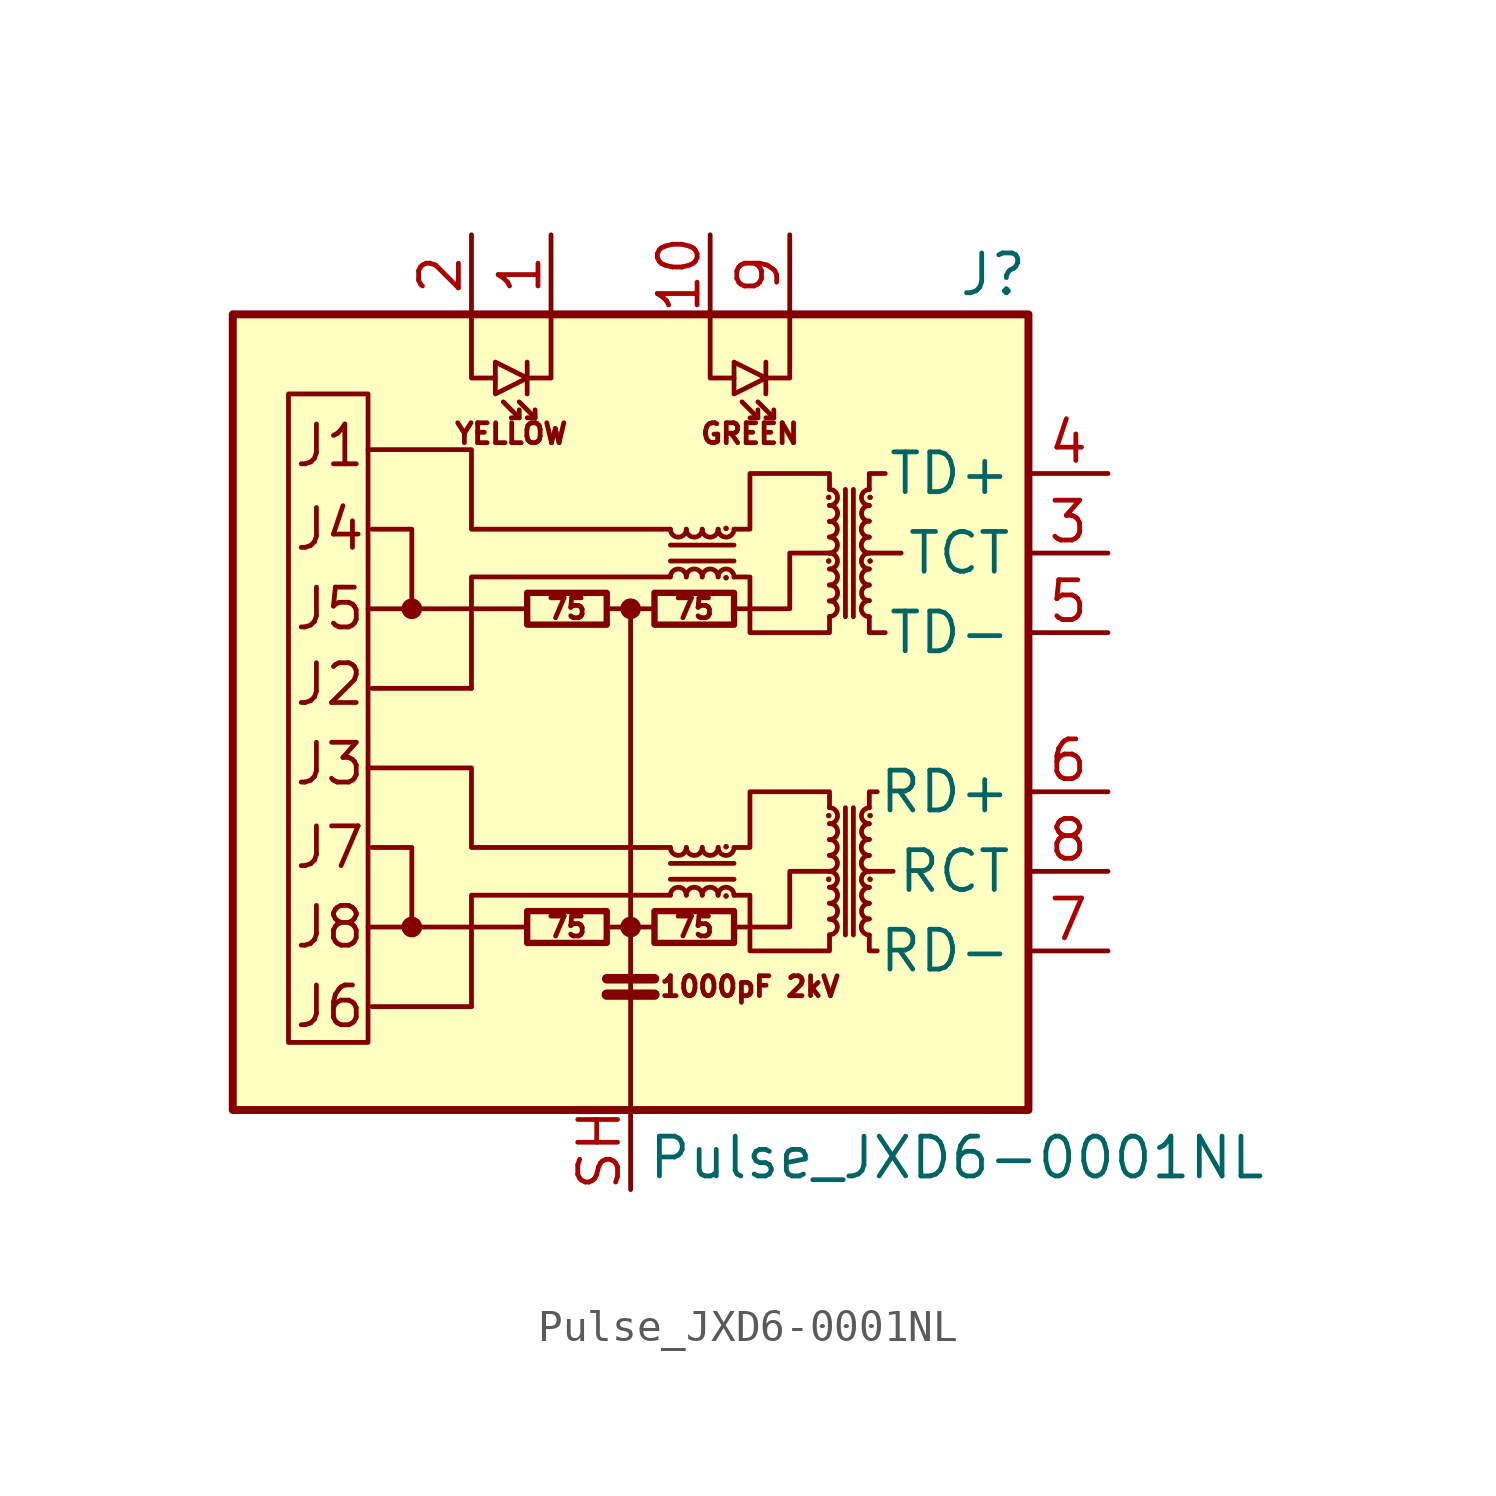
<source format=kicad_sym>
(kicad_symbol_lib
  (version 20220914)
  (generator kicad_symbol_editor)
  (symbol "Pulse_JXD6-0001NL"
    (property "Reference" "J"
      (at 12.7 13.97 0)
      (effects (font (size 1.27 1.27)) (justify right)))
    (property "Value" "Pulse_JXD6-0001NL"
      (at 10.414 -14.224 0)
      (effects (font (size 1.27 1.27))))
    (symbol "Pulse_JXD6-0001NL_0_0"
      (rectangle (start -12.7 12.7) (end 12.7 -12.7) (stroke (width 0.254) (type solid)) (fill (type background)))
      (polyline (pts (xy -3.302 -6.858) (xy -8.382 -6.858)) (stroke (width 0) (type solid)) (fill (type none)))
      (polyline (pts (xy -3.302 3.302) (xy -8.382 3.302)) (stroke (width 0) (type solid)) (fill (type none)))
      (polyline (pts (xy 8.382 -5.08) (xy 7.62 -5.08)) (stroke (width 0) (type solid)) (fill (type none)))
      (polyline (pts (xy 8.636 5.08) (xy 7.62 5.08)) (stroke (width 0) (type solid)) (fill (type none)))
      (polyline (pts (xy 1.27 -4.318) (xy -5.08 -4.318) (xy -5.08 -1.778) (xy -8.382 -1.778)) (stroke (width 0) (type solid)) (fill (type none)))
      (polyline (pts (xy 1.27 5.842) (xy -5.08 5.842) (xy -5.08 8.382) (xy -8.382 8.382)) (stroke (width 0) (type solid)) (fill (type none)))
      (polyline (pts (xy 3.302 -6.858) (xy 5.08 -6.858) (xy 5.08 -5.08) (xy 6.35 -5.08)) (stroke (width 0) (type solid)) (fill (type none)))
      (polyline (pts (xy 3.302 3.302) (xy 5.08 3.302) (xy 5.08 5.08) (xy 6.35 5.08)) (stroke (width 0) (type solid)) (fill (type none)))
      (text "1000pF 2kV" (at 3.81 -8.763 0) (effects (font (size 0.635 0.635))))
      (text "75" (at -2.032 -6.858 0) (effects (font (size 0.635 0.635))))
      (text "75" (at -2.032 3.302 0) (effects (font (size 0.635 0.635))))
      (text "75" (at 2.032 -6.858 0) (effects (font (size 0.635 0.635))))
      (text "75" (at 2.032 3.302 0) (effects (font (size 0.635 0.635))))
      (text "GREEN" (at 3.81 8.89 0) (effects (font (size 0.635 0.635))))
      (text "J1" (at -10.795 8.509 0) (effects (font (size 1.27 1.27)) (justify left)))
      (text "J2" (at -10.795 0.889 0) (effects (font (size 1.27 1.27)) (justify left)))
      (text "J3" (at -10.795 -1.651 0) (effects (font (size 1.27 1.27)) (justify left)))
      (text "J4" (at -10.795 5.842 0) (effects (font (size 1.27 1.27)) (justify left)))
      (text "J5" (at -10.795 3.302 0) (effects (font (size 1.27 1.27)) (justify left)))
      (text "J6" (at -10.795 -9.398 0) (effects (font (size 1.27 1.27)) (justify left)))
      (text "J7" (at -10.795 -4.318 0) (effects (font (size 1.27 1.27)) (justify left)))
      (text "J8" (at -10.795 -6.858 0) (effects (font (size 1.27 1.27)) (justify left)))
      (text "YELLOW" (at -3.81 8.89 0) (effects (font (size 0.635 0.635)))))
    (symbol "Pulse_JXD6-0001NL_0_1"
      (rectangle (start -8.382 -10.541) (end -10.922 10.16) (stroke (width 0) (type solid)) (fill (type none)))
      (circle (center -6.985 -6.858) (radius 0.254) (stroke (width 0) (type solid)) (fill (type outline)))
      (circle (center -6.985 3.302) (radius 0.254) (stroke (width 0) (type solid)) (fill (type outline)))
      (rectangle (start -3.302 -7.366) (end -0.762 -6.35) (stroke (width 0.203) (type solid)) (fill (type none)))
      (rectangle (start -3.302 2.794) (end -0.762 3.81) (stroke (width 0.203) (type solid)) (fill (type none)))
      (circle (center 0 -6.858) (radius 0.254) (stroke (width 0) (type solid)) (fill (type outline)))
      (polyline (pts (xy -5.08 -9.398) (xy -8.255 -9.398)) (stroke (width 0) (type solid)) (fill (type none)))
      (polyline (pts (xy -5.08 0.762) (xy -8.255 0.762)) (stroke (width 0) (type solid)) (fill (type none)))
      (polyline (pts (xy -3.556 9.398) (xy -4.064 9.906)) (stroke (width 0) (type solid)) (fill (type none)))
      (polyline (pts (xy -3.302 11.176) (xy -3.302 10.16)) (stroke (width 0) (type solid)) (fill (type none)))
      (polyline (pts (xy -3.048 9.398) (xy -3.556 9.906)) (stroke (width 0) (type solid)) (fill (type none)))
      (polyline (pts (xy -0.762 -9.017) (xy 0.762 -9.017)) (stroke (width 0.33) (type solid)) (fill (type none)))
      (polyline (pts (xy -0.762 -8.509) (xy 0.762 -8.509)) (stroke (width 0.305) (type solid)) (fill (type none)))
      (polyline (pts (xy 0 3.302) (xy -0.762 3.302)) (stroke (width 0) (type solid)) (fill (type none)))
      (polyline (pts (xy 0.762 -6.858) (xy -0.762 -6.858)) (stroke (width 0) (type solid)) (fill (type none)))
      (polyline (pts (xy 1.27 -5.334) (xy 3.302 -5.334)) (stroke (width 0) (type solid)) (fill (type none)))
      (polyline (pts (xy 1.27 4.826) (xy 3.302 4.826)) (stroke (width 0) (type solid)) (fill (type none)))
      (polyline (pts (xy 3.302 -4.826) (xy 1.27 -4.826)) (stroke (width 0) (type solid)) (fill (type none)))
      (polyline (pts (xy 3.302 5.334) (xy 1.27 5.334)) (stroke (width 0) (type solid)) (fill (type none)))
      (polyline (pts (xy 4.064 9.398) (xy 3.556 9.906)) (stroke (width 0) (type solid)) (fill (type none)))
      (polyline (pts (xy 4.318 11.176) (xy 4.318 10.16)) (stroke (width 0) (type solid)) (fill (type none)))
      (polyline (pts (xy 4.572 9.398) (xy 4.064 9.906)) (stroke (width 0) (type solid)) (fill (type none)))
      (polyline (pts (xy 6.858 -3.048) (xy 6.858 -7.112)) (stroke (width 0) (type solid)) (fill (type none)))
      (polyline (pts (xy 6.858 7.112) (xy 6.858 3.048)) (stroke (width 0) (type solid)) (fill (type none)))
      (polyline (pts (xy 7.112 -7.112) (xy 7.112 -3.048)) (stroke (width 0) (type solid)) (fill (type none)))
      (polyline (pts (xy 7.112 3.048) (xy 7.112 7.112)) (stroke (width 0) (type solid)) (fill (type none)))
      (polyline (pts (xy -6.985 -6.858) (xy -6.985 -4.318) (xy -8.255 -4.318)) (stroke (width 0) (type solid)) (fill (type none)))
      (polyline (pts (xy -6.985 3.302) (xy -6.985 5.842) (xy -8.255 5.842)) (stroke (width 0) (type solid)) (fill (type none)))
      (polyline (pts (xy -5.08 12.7) (xy -5.08 10.668) (xy -4.318 10.668)) (stroke (width 0) (type solid)) (fill (type none)))
      (polyline (pts (xy -3.556 9.652) (xy -3.556 9.398) (xy -3.81 9.398)) (stroke (width 0) (type solid)) (fill (type none)))
      (polyline (pts (xy -3.048 9.652) (xy -3.048 9.398) (xy -3.302 9.398)) (stroke (width 0) (type solid)) (fill (type none)))
      (polyline (pts (xy -2.54 12.7) (xy -2.54 10.668) (xy -3.302 10.668)) (stroke (width 0) (type solid)) (fill (type none)))
      (polyline (pts (xy 0 -12.7) (xy 0 3.302) (xy 0.635 3.302)) (stroke (width 0) (type solid)) (fill (type none)))
      (polyline (pts (xy 1.27 -5.842) (xy -5.08 -5.842) (xy -5.08 -9.398)) (stroke (width 0) (type solid)) (fill (type none)))
      (polyline (pts (xy 1.27 4.318) (xy -5.08 4.318) (xy -5.08 0.762)) (stroke (width 0) (type solid)) (fill (type none)))
      (polyline (pts (xy 2.54 12.7) (xy 2.54 10.668) (xy 3.302 10.668)) (stroke (width 0) (type solid)) (fill (type none)))
      (polyline (pts (xy 4.064 9.652) (xy 4.064 9.398) (xy 3.81 9.398)) (stroke (width 0) (type solid)) (fill (type none)))
      (polyline (pts (xy 4.572 9.652) (xy 4.572 9.398) (xy 4.318 9.398)) (stroke (width 0) (type solid)) (fill (type none)))
      (polyline (pts (xy 5.08 12.7) (xy 5.08 10.668) (xy 4.318 10.668)) (stroke (width 0) (type solid)) (fill (type none)))
      (polyline (pts (xy 7.62 -7.112) (xy 7.62 -7.62) (xy 7.874 -7.62)) (stroke (width 0) (type solid)) (fill (type none)))
      (polyline (pts (xy 7.62 -3.048) (xy 7.62 -2.54) (xy 7.874 -2.54)) (stroke (width 0) (type solid)) (fill (type none)))
      (polyline (pts (xy 7.62 3.048) (xy 7.62 2.54) (xy 8.128 2.54)) (stroke (width 0) (type solid)) (fill (type none)))
      (polyline (pts (xy 7.62 7.112) (xy 7.62 7.62) (xy 8.128 7.62)) (stroke (width 0) (type solid)) (fill (type none)))
      (polyline (pts (xy -3.302 10.668) (xy -4.318 11.176) (xy -4.318 10.16) (xy -3.302 10.668)) (stroke (width 0) (type solid)) (fill (type none)))
      (polyline (pts (xy 4.318 10.668) (xy 3.302 11.176) (xy 3.302 10.16) (xy 4.318 10.668)) (stroke (width 0) (type solid)) (fill (type none)))
      (polyline (pts (xy 3.302 -4.318) (xy 3.81 -4.318) (xy 3.81 -2.54) (xy 6.35 -2.54) (xy 6.35 -3.048)) (stroke (width 0) (type solid)) (fill (type none)))
      (polyline (pts (xy 3.302 5.842) (xy 3.81 5.842) (xy 3.81 7.62) (xy 6.35 7.62) (xy 6.35 7.112)) (stroke (width 0) (type solid)) (fill (type none)))
      (polyline (pts (xy 6.35 -7.112) (xy 6.35 -7.62) (xy 3.81 -7.62) (xy 3.81 -5.842) (xy 3.302 -5.842)) (stroke (width 0) (type solid)) (fill (type none)))
      (polyline (pts (xy 6.35 3.048) (xy 6.35 2.54) (xy 3.81 2.54) (xy 3.81 4.318) (xy 3.302 4.318)) (stroke (width 0) (type solid)) (fill (type none)))
      (circle (center 0 3.302) (radius 0.254) (stroke (width 0) (type solid)) (fill (type outline)))
      (rectangle (start 0.762 -7.366) (end 3.302 -6.35) (stroke (width 0.203) (type solid)) (fill (type none)))
      (rectangle (start 0.762 2.794) (end 3.302 3.81) (stroke (width 0.203) (type solid)) (fill (type none)))
      (arc (start 1.27 -4.318) (mid 1.524 -4.5709) (end 1.778 -4.318) (stroke (width 0) (type solid)) (fill (type none)))
      (arc (start 1.27 5.842) (mid 1.524 5.5891) (end 1.778 5.842) (stroke (width 0) (type solid)) (fill (type none)))
      (arc (start 1.778 -5.842) (mid 1.524 -5.5891) (end 1.27 -5.842) (stroke (width 0) (type solid)) (fill (type none)))
      (arc (start 1.778 -4.318) (mid 2.032 -4.5709) (end 2.286 -4.318) (stroke (width 0) (type solid)) (fill (type none)))
      (arc (start 1.778 4.318) (mid 1.524 4.5709) (end 1.27 4.318) (stroke (width 0) (type solid)) (fill (type none)))
      (arc (start 1.778 5.842) (mid 2.032 5.5891) (end 2.286 5.842) (stroke (width 0) (type solid)) (fill (type none)))
      (arc (start 2.286 -5.842) (mid 2.032 -5.5891) (end 1.778 -5.842) (stroke (width 0) (type solid)) (fill (type none)))
      (arc (start 2.286 -4.318) (mid 2.54 -4.5709) (end 2.794 -4.318) (stroke (width 0) (type solid)) (fill (type none)))
      (arc (start 2.286 4.318) (mid 2.032 4.5709) (end 1.778 4.318) (stroke (width 0) (type solid)) (fill (type none)))
      (arc (start 2.286 5.842) (mid 2.54 5.5891) (end 2.794 5.842) (stroke (width 0) (type solid)) (fill (type none)))
      (arc (start 2.794 -5.842) (mid 2.54 -5.5891) (end 2.286 -5.842) (stroke (width 0) (type solid)) (fill (type none)))
      (arc (start 2.794 -4.318) (mid 3.048 -4.5709) (end 3.302 -4.318) (stroke (width 0) (type solid)) (fill (type none)))
      (arc (start 2.794 4.318) (mid 2.54 4.5709) (end 2.286 4.318) (stroke (width 0) (type solid)) (fill (type none)))
      (arc (start 2.794 5.842) (mid 3.048 5.5891) (end 3.302 5.842) (stroke (width 0) (type solid)) (fill (type none)))
      (circle (center 3.048 -5.867) (radius 0.076) (stroke (width 0.025) (type solid)) (fill (type outline)))
      (circle (center 3.048 -4.293) (radius 0.076) (stroke (width 0.025) (type solid)) (fill (type outline)))
      (circle (center 3.048 4.293) (radius 0.076) (stroke (width 0.025) (type solid)) (fill (type outline)))
      (circle (center 3.048 5.867) (radius 0.076) (stroke (width 0.025) (type solid)) (fill (type outline)))
      (arc (start 3.302 -5.842) (mid 3.048 -5.5891) (end 2.794 -5.842) (stroke (width 0) (type solid)) (fill (type none)))
      (arc (start 3.302 4.318) (mid 3.048 4.5709) (end 2.794 4.318) (stroke (width 0) (type solid)) (fill (type none)))
      (circle (center 6.325 -5.334) (radius 0.076) (stroke (width 0.025) (type solid)) (fill (type outline)))
      (circle (center 6.325 -3.302) (radius 0.076) (stroke (width 0.025) (type solid)) (fill (type outline)))
      (circle (center 6.325 4.826) (radius 0.076) (stroke (width 0.025) (type solid)) (fill (type outline)))
      (circle (center 6.325 6.858) (radius 0.076) (stroke (width 0.025) (type solid)) (fill (type outline)))
      (arc (start 6.35 -7.112) (mid 6.6029 -6.858) (end 6.35 -6.604) (stroke (width 0) (type solid)) (fill (type none)))
      (arc (start 6.35 -6.604) (mid 6.6029 -6.35) (end 6.35 -6.096) (stroke (width 0) (type solid)) (fill (type none)))
      (arc (start 6.35 -6.096) (mid 6.6029 -5.842) (end 6.35 -5.588) (stroke (width 0) (type solid)) (fill (type none)))
      (arc (start 6.35 -5.588) (mid 6.6029 -5.334) (end 6.35 -5.08) (stroke (width 0) (type solid)) (fill (type none)))
      (arc (start 6.35 -5.08) (mid 6.6029 -4.826) (end 6.35 -4.572) (stroke (width 0) (type solid)) (fill (type none)))
      (arc (start 6.35 -4.572) (mid 6.6029 -4.318) (end 6.35 -4.064) (stroke (width 0) (type solid)) (fill (type none)))
      (arc (start 6.35 -4.064) (mid 6.6029 -3.81) (end 6.35 -3.556) (stroke (width 0) (type solid)) (fill (type none)))
      (arc (start 6.35 -3.556) (mid 6.6029 -3.302) (end 6.35 -3.048) (stroke (width 0) (type solid)) (fill (type none)))
      (arc (start 6.35 3.048) (mid 6.6029 3.302) (end 6.35 3.556) (stroke (width 0) (type solid)) (fill (type none)))
      (arc (start 6.35 3.556) (mid 6.6029 3.81) (end 6.35 4.064) (stroke (width 0) (type solid)) (fill (type none)))
      (arc (start 6.35 4.064) (mid 6.6029 4.318) (end 6.35 4.572) (stroke (width 0) (type solid)) (fill (type none)))
      (arc (start 6.35 4.572) (mid 6.6029 4.826) (end 6.35 5.08) (stroke (width 0) (type solid)) (fill (type none)))
      (arc (start 6.35 5.08) (mid 6.6029 5.334) (end 6.35 5.588) (stroke (width 0) (type solid)) (fill (type none)))
      (arc (start 6.35 5.588) (mid 6.6029 5.842) (end 6.35 6.096) (stroke (width 0) (type solid)) (fill (type none)))
      (arc (start 6.35 6.096) (mid 6.6029 6.35) (end 6.35 6.604) (stroke (width 0) (type solid)) (fill (type none)))
      (arc (start 6.35 6.604) (mid 6.6029 6.858) (end 6.35 7.112) (stroke (width 0) (type solid)) (fill (type none)))
      (arc (start 7.62 -6.604) (mid 7.3671 -6.858) (end 7.62 -7.112) (stroke (width 0) (type solid)) (fill (type none)))
      (arc (start 7.62 -6.096) (mid 7.3671 -6.35) (end 7.62 -6.604) (stroke (width 0) (type solid)) (fill (type none)))
      (arc (start 7.62 -5.588) (mid 7.3671 -5.842) (end 7.62 -6.096) (stroke (width 0) (type solid)) (fill (type none)))
      (arc (start 7.62 -5.08) (mid 7.3671 -5.334) (end 7.62 -5.588) (stroke (width 0) (type solid)) (fill (type none)))
      (arc (start 7.62 -4.572) (mid 7.3671 -4.826) (end 7.62 -5.08) (stroke (width 0) (type solid)) (fill (type none)))
      (arc (start 7.62 -4.064) (mid 7.3671 -4.318) (end 7.62 -4.572) (stroke (width 0) (type solid)) (fill (type none)))
      (arc (start 7.62 -3.556) (mid 7.3671 -3.81) (end 7.62 -4.064) (stroke (width 0) (type solid)) (fill (type none)))
      (arc (start 7.62 -3.048) (mid 7.3671 -3.302) (end 7.62 -3.556) (stroke (width 0) (type solid)) (fill (type none)))
      (arc (start 7.62 3.556) (mid 7.3671 3.302) (end 7.62 3.048) (stroke (width 0) (type solid)) (fill (type none)))
      (arc (start 7.62 4.064) (mid 7.3671 3.81) (end 7.62 3.556) (stroke (width 0) (type solid)) (fill (type none)))
      (arc (start 7.62 4.572) (mid 7.3671 4.318) (end 7.62 4.064) (stroke (width 0) (type solid)) (fill (type none)))
      (arc (start 7.62 5.08) (mid 7.3671 4.826) (end 7.62 4.572) (stroke (width 0) (type solid)) (fill (type none)))
      (arc (start 7.62 5.588) (mid 7.3671 5.334) (end 7.62 5.08) (stroke (width 0) (type solid)) (fill (type none)))
      (arc (start 7.62 6.096) (mid 7.3671 5.842) (end 7.62 5.588) (stroke (width 0) (type solid)) (fill (type none)))
      (arc (start 7.62 6.604) (mid 7.3671 6.35) (end 7.62 6.096) (stroke (width 0) (type solid)) (fill (type none)))
      (arc (start 7.62 7.112) (mid 7.3671 6.858) (end 7.62 6.604) (stroke (width 0) (type solid)) (fill (type none)))
      (circle (center 7.645 -5.334) (radius 0.076) (stroke (width 0.025) (type solid)) (fill (type outline)))
      (circle (center 7.645 -3.302) (radius 0.076) (stroke (width 0.025) (type solid)) (fill (type outline)))
      (circle (center 7.645 4.826) (radius 0.076) (stroke (width 0.025) (type solid)) (fill (type outline)))
      (circle (center 7.645 6.858) (radius 0.076) (stroke (width 0.025) (type solid)) (fill (type outline))))
    (symbol "Pulse_JXD6-0001NL_1_1"
      (pin passive line (at -2.54 15.24 270) (length 2.54) (name "~" (effects (font (size 1.27 1.27)))) (number "1" (effects (font (size 1.27 1.27)))))
      (pin passive line (at 2.54 15.24 270) (length 2.54) (name "~" (effects (font (size 1.27 1.27)))) (number "10" (effects (font (size 1.27 1.27)))))
      (pin passive line (at -5.08 15.24 270) (length 2.54) (name "~" (effects (font (size 1.27 1.27)))) (number "2" (effects (font (size 1.27 1.27)))))
      (pin passive line (at 15.24 5.08 180) (length 2.54) (name "TCT" (effects (font (size 1.27 1.27)))) (number "3" (effects (font (size 1.27 1.27)))))
      (pin passive line (at 15.24 7.62 180) (length 2.54) (name "TD+" (effects (font (size 1.27 1.27)))) (number "4" (effects (font (size 1.27 1.27)))))
      (pin passive line (at 15.24 2.54 180) (length 2.54) (name "TD-" (effects (font (size 1.27 1.27)))) (number "5" (effects (font (size 1.27 1.27)))))
      (pin passive line (at 15.24 -2.54 180) (length 2.54) (name "RD+" (effects (font (size 1.27 1.27)))) (number "6" (effects (font (size 1.27 1.27)))))
      (pin passive line (at 15.24 -7.62 180) (length 2.54) (name "RD-" (effects (font (size 1.27 1.27)))) (number "7" (effects (font (size 1.27 1.27)))))
      (pin passive line (at 15.24 -5.08 180) (length 2.54) (name "RCT" (effects (font (size 1.27 1.27)))) (number "8" (effects (font (size 1.27 1.27)))))
      (pin passive line (at 5.08 15.24 270) (length 2.54) (name "~" (effects (font (size 1.27 1.27)))) (number "9" (effects (font (size 1.27 1.27)))))
      (pin passive line (at 0 -15.24 90) (length 2.54) (name "~" (effects (font (size 1.27 1.27)))) (number "SH" (effects (font (size 1.27 1.27))))))))
</source>
